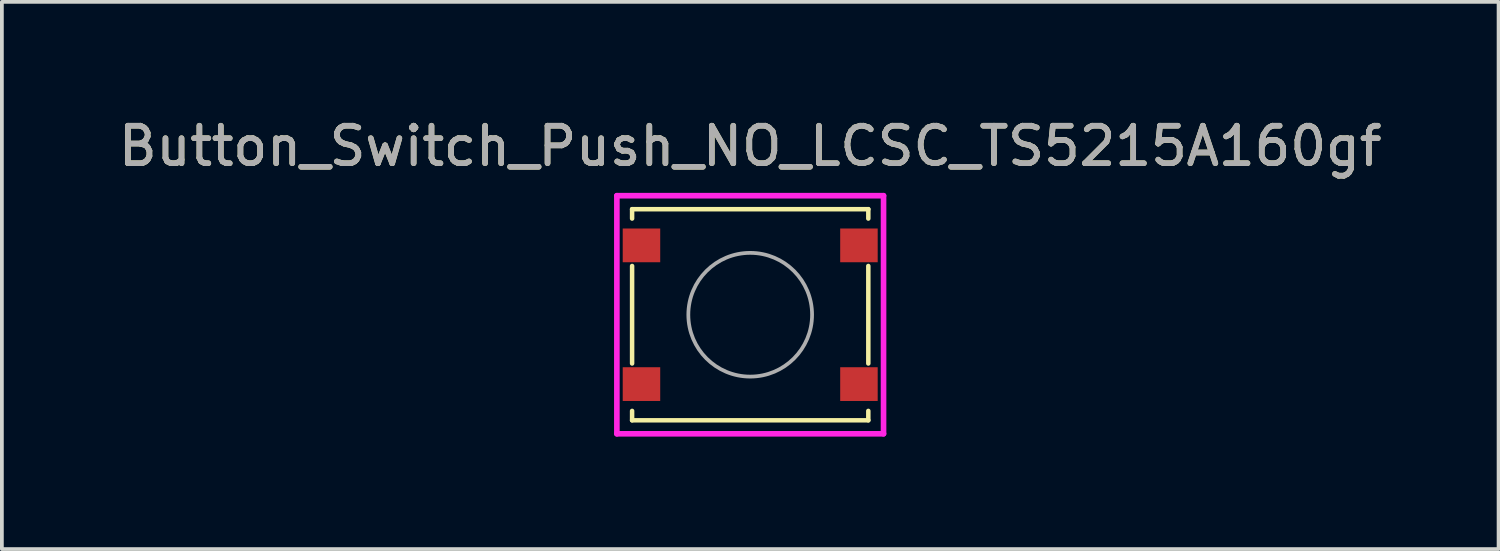
<source format=kicad_pcb>
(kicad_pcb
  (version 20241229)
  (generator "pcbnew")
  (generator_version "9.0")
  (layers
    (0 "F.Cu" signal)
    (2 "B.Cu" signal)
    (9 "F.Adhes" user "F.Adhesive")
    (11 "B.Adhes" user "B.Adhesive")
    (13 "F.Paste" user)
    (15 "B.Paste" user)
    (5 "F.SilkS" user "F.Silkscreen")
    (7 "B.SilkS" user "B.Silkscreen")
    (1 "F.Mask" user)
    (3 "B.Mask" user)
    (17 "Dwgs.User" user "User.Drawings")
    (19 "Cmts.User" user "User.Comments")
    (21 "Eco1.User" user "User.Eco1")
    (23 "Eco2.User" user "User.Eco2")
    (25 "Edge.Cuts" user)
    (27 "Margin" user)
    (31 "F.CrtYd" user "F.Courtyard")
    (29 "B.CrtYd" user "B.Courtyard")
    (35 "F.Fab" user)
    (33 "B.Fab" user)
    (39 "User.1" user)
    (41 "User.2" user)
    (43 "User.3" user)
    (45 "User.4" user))
  (footprint "Button_Switch_Push_NO_LCSC_TS5215A160gf"
    (layer "F.Cu")
    (at 16.958 5.344)
    (property "Reference" "Button_Switch_Push_NO_LCSC_TS5215A160gf" (at 0 -4.496 0) (layer "F.SilkS") (effects (font (size 1 1) (thickness 0.15))))
    (attr smd)
    (fp_line (start -3.15 -2.815) (end 3.15 -2.815) (stroke (width 0.12) (type solid)) (layer "F.SilkS"))
    (fp_line (start -3.15 -2.565) (end -3.15 -2.815) (stroke (width 0.12) (type solid)) (layer "F.SilkS"))
    (fp_line (start -3.15 1.3) (end -3.15 -1.3) (stroke (width 0.12) (type solid)) (layer "F.SilkS"))
    (fp_line (start -3.15 2.815) (end -3.15 2.565) (stroke (width 0.12) (type solid)) (layer "F.SilkS"))
    (fp_line (start 3.15 -2.815) (end 3.15 -2.565) (stroke (width 0.12) (type solid)) (layer "F.SilkS"))
    (fp_line (start 3.15 -1.3) (end 3.15 1.3) (stroke (width 0.12) (type solid)) (layer "F.SilkS"))
    (fp_line (start 3.15 2.565) (end 3.15 2.815) (stroke (width 0.12) (type solid)) (layer "F.SilkS"))
    (fp_line (start 3.15 2.815) (end -3.15 2.815) (stroke (width 0.12) (type solid)) (layer "F.SilkS"))
    (fp_line (start -3.556 -3.175) (end 3.556 -3.175) (stroke (width 0.15) (type solid)) (layer "F.CrtYd"))
    (fp_line (start -3.556 3.175) (end -3.556 -3.175) (stroke (width 0.15) (type solid)) (layer "F.CrtYd"))
    (fp_line (start 3.556 -3.175) (end 3.556 3.175) (stroke (width 0.15) (type solid)) (layer "F.CrtYd"))
    (fp_line (start 3.556 3.175) (end -3.556 3.175) (stroke (width 0.15) (type solid)) (layer "F.CrtYd"))
    (fp_circle (center 0 0) (end 1.65 0) (stroke (width 0.1) (type solid)) (fill no) (layer "F.Fab"))
    (fp_text user "${REFERENCE}" (at 0 -4.496 0) (layer "F.Fab") (effects (font (size 1 1) (thickness 0.15))))
    (pad "1" smd rect (at -2.9 -1.85) (size 1 0.9) (layers "F.Cu" "F.Mask" "F.Paste"))
    (pad "1" smd rect (at 2.9 -1.85) (size 1 0.9) (layers "F.Cu" "F.Mask" "F.Paste"))
    (pad "2" smd rect (at -2.9 1.85) (size 1 0.9) (layers "F.Cu" "F.Mask" "F.Paste"))
    (pad "2" smd rect (at 2.9 1.85) (size 1 0.9) (layers "F.Cu" "F.Mask" "F.Paste")))
  (gr_rect
    (start -3 -3)
    (end 36.917 11.594)
    (stroke (width 0.1) (type default))
    (fill no)
    (layer "Edge.Cuts")))
</source>
